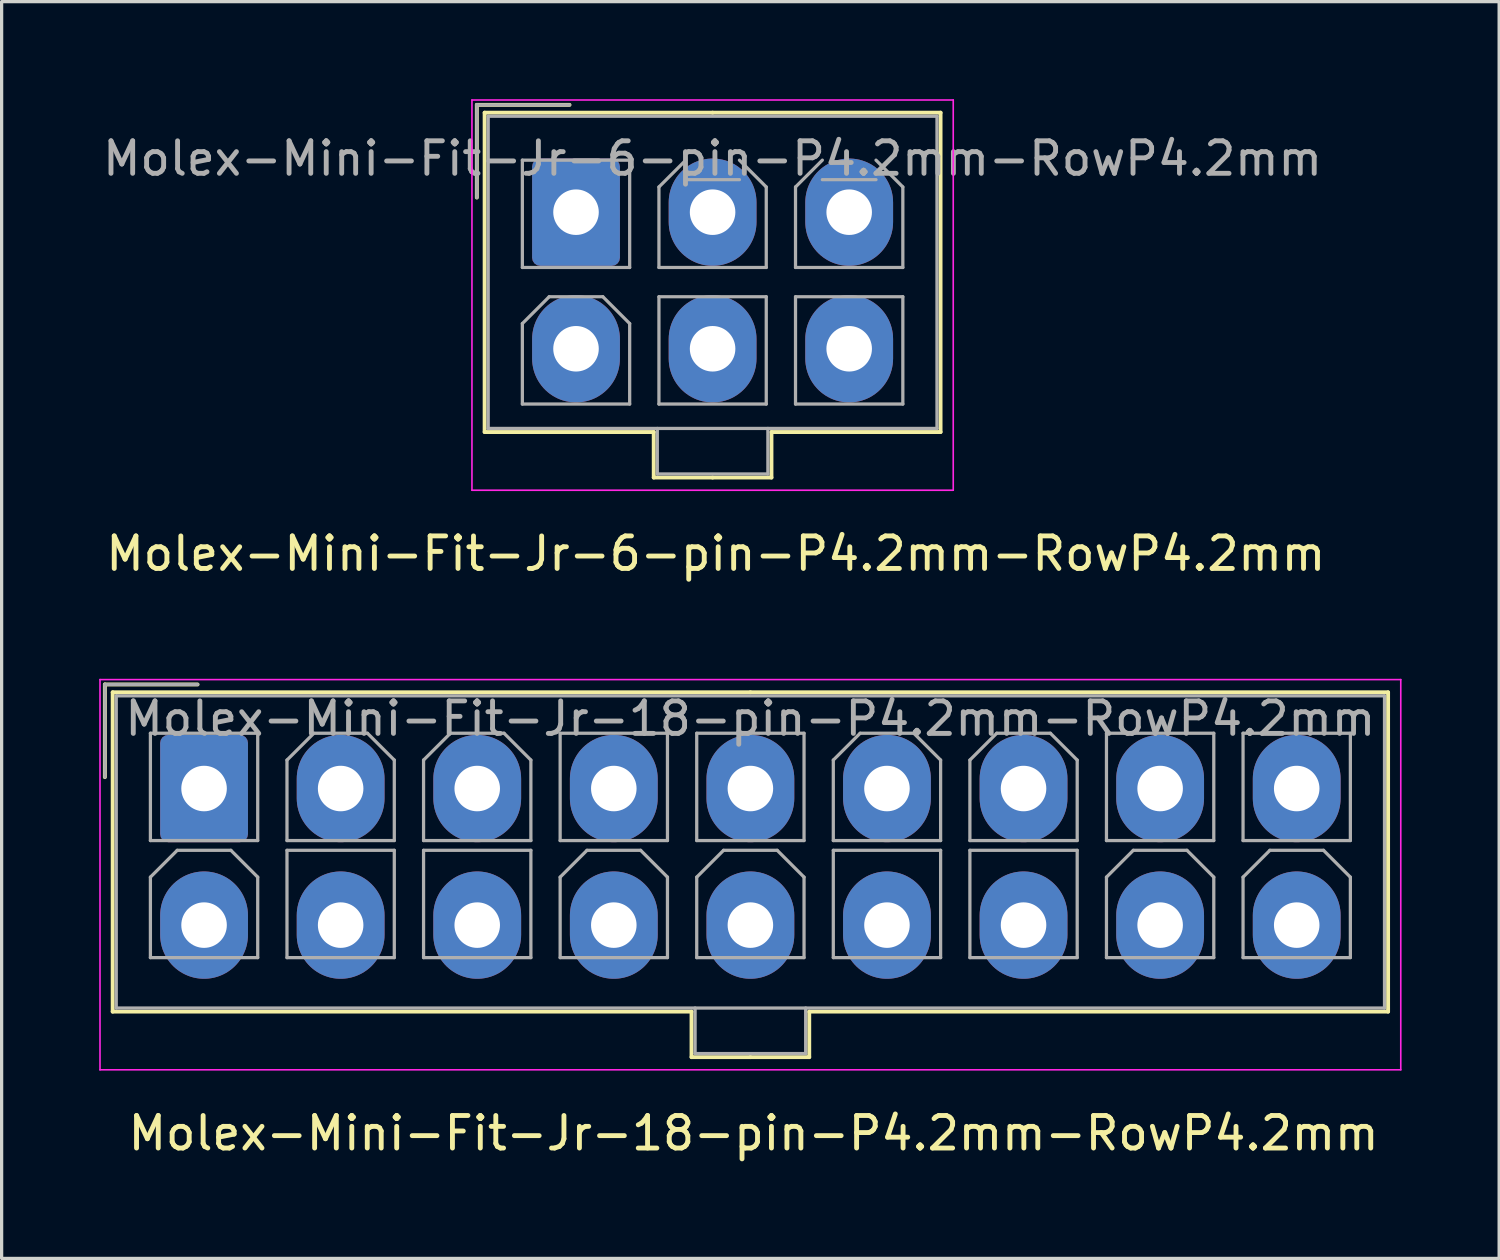
<source format=kicad_pcb>
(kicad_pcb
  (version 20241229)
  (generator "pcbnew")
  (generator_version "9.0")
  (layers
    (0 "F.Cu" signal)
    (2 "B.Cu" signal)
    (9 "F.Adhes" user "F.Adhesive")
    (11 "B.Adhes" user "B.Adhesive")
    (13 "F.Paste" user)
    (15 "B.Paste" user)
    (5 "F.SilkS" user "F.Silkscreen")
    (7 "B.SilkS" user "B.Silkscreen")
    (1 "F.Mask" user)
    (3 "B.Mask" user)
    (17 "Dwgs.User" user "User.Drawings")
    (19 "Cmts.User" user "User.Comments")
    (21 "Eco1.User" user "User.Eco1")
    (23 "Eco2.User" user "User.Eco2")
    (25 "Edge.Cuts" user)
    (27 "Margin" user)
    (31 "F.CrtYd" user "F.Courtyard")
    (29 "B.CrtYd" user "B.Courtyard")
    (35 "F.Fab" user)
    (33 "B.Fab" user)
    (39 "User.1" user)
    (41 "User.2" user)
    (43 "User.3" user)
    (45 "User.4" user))
  (footprint "Molex-Mini-Fit-Jr-18-pin-P4.2mm-RowP4.2mm"
    (layer "F.Cu")
    (at 20.125 31.298)
    (property "Reference" "Molex-Mini-Fit-Jr-18-pin-P4.2mm-RowP4.2mm" (at 0 0.5 0) (layer "F.SilkS") (effects (font (size 1 1) (thickness 0.15))))
    (attr through_hole)
    (fp_line (start -19.95 -13.3) (end -19.95 -10.45) (stroke (width 0.12) (type solid)) (layer "F.SilkS"))
    (fp_line (start -19.71 -13.06) (end -19.71 -3.24) (stroke (width 0.12) (type solid)) (layer "F.SilkS"))
    (fp_line (start -19.71 -3.24) (end -1.91 -3.24) (stroke (width 0.12) (type solid)) (layer "F.SilkS"))
    (fp_line (start -17.1 -13.3) (end -19.95 -13.3) (stroke (width 0.12) (type solid)) (layer "F.SilkS"))
    (fp_line (start -1.91 -3.24) (end -1.91 -1.84) (stroke (width 0.12) (type solid)) (layer "F.SilkS"))
    (fp_line (start -1.91 -1.84) (end -0.1 -1.84) (stroke (width 0.12) (type solid)) (layer "F.SilkS"))
    (fp_line (start -0.1 -13.06) (end -19.71 -13.06) (stroke (width 0.12) (type solid)) (layer "F.SilkS"))
    (fp_line (start -0.1 -13.06) (end 19.51 -13.06) (stroke (width 0.12) (type solid)) (layer "F.SilkS"))
    (fp_line (start 1.71 -3.24) (end 1.71 -1.84) (stroke (width 0.12) (type solid)) (layer "F.SilkS"))
    (fp_line (start 1.71 -1.84) (end -0.1 -1.84) (stroke (width 0.12) (type solid)) (layer "F.SilkS"))
    (fp_line (start 19.51 -13.06) (end 19.51 -3.24) (stroke (width 0.12) (type solid)) (layer "F.SilkS"))
    (fp_line (start 19.51 -3.24) (end 1.71 -3.24) (stroke (width 0.12) (type solid)) (layer "F.SilkS"))
    (fp_line (start -20.1 -13.45) (end -20.1 -1.45) (stroke (width 0.05) (type solid)) (layer "F.CrtYd"))
    (fp_line (start -20.1 -1.45) (end 19.9 -1.45) (stroke (width 0.05) (type solid)) (layer "F.CrtYd"))
    (fp_line (start 19.9 -13.45) (end -20.1 -13.45) (stroke (width 0.05) (type solid)) (layer "F.CrtYd"))
    (fp_line (start 19.9 -1.45) (end 19.9 -13.45) (stroke (width 0.05) (type solid)) (layer "F.CrtYd"))
    (fp_line (start -19.95 -13.3) (end -19.95 -10.45) (stroke (width 0.1) (type solid)) (layer "F.Fab"))
    (fp_line (start -19.6 -12.95) (end -19.6 -3.35) (stroke (width 0.1) (type solid)) (layer "F.Fab"))
    (fp_line (start -19.6 -3.35) (end 19.4 -3.35) (stroke (width 0.1) (type solid)) (layer "F.Fab"))
    (fp_line (start -18.55 -11.8) (end -18.55 -8.5) (stroke (width 0.1) (type solid)) (layer "F.Fab"))
    (fp_line (start -18.55 -8.5) (end -15.25 -8.5) (stroke (width 0.1) (type solid)) (layer "F.Fab"))
    (fp_line (start -18.55 -7.375) (end -17.725 -8.2) (stroke (width 0.1) (type solid)) (layer "F.Fab"))
    (fp_line (start -18.55 -4.9) (end -18.55 -7.375) (stroke (width 0.1) (type solid)) (layer "F.Fab"))
    (fp_line (start -17.725 -8.2) (end -16.075 -8.2) (stroke (width 0.1) (type solid)) (layer "F.Fab"))
    (fp_line (start -17.1 -13.3) (end -19.95 -13.3) (stroke (width 0.1) (type solid)) (layer "F.Fab"))
    (fp_line (start -16.075 -8.2) (end -15.25 -7.375) (stroke (width 0.1) (type solid)) (layer "F.Fab"))
    (fp_line (start -15.25 -11.8) (end -18.55 -11.8) (stroke (width 0.1) (type solid)) (layer "F.Fab"))
    (fp_line (start -15.25 -8.5) (end -15.25 -11.8) (stroke (width 0.1) (type solid)) (layer "F.Fab"))
    (fp_line (start -15.25 -7.375) (end -15.25 -4.9) (stroke (width 0.1) (type solid)) (layer "F.Fab"))
    (fp_line (start -15.25 -4.9) (end -18.55 -4.9) (stroke (width 0.1) (type solid)) (layer "F.Fab"))
    (fp_line (start -14.35 -10.975) (end -13.525 -11.8) (stroke (width 0.1) (type solid)) (layer "F.Fab"))
    (fp_line (start -14.35 -8.5) (end -14.35 -10.975) (stroke (width 0.1) (type solid)) (layer "F.Fab"))
    (fp_line (start -14.35 -8.2) (end -14.35 -4.9) (stroke (width 0.1) (type solid)) (layer "F.Fab"))
    (fp_line (start -14.35 -4.9) (end -11.05 -4.9) (stroke (width 0.1) (type solid)) (layer "F.Fab"))
    (fp_line (start -13.525 -11.8) (end -11.875 -11.8) (stroke (width 0.1) (type solid)) (layer "F.Fab"))
    (fp_line (start -11.875 -11.8) (end -11.05 -10.975) (stroke (width 0.1) (type solid)) (layer "F.Fab"))
    (fp_line (start -11.05 -10.975) (end -11.05 -8.5) (stroke (width 0.1) (type solid)) (layer "F.Fab"))
    (fp_line (start -11.05 -8.5) (end -14.35 -8.5) (stroke (width 0.1) (type solid)) (layer "F.Fab"))
    (fp_line (start -11.05 -8.2) (end -14.35 -8.2) (stroke (width 0.1) (type solid)) (layer "F.Fab"))
    (fp_line (start -11.05 -4.9) (end -11.05 -8.2) (stroke (width 0.1) (type solid)) (layer "F.Fab"))
    (fp_line (start -10.15 -10.975) (end -9.325 -11.8) (stroke (width 0.1) (type solid)) (layer "F.Fab"))
    (fp_line (start -10.15 -8.5) (end -10.15 -10.975) (stroke (width 0.1) (type solid)) (layer "F.Fab"))
    (fp_line (start -10.15 -8.2) (end -10.15 -4.9) (stroke (width 0.1) (type solid)) (layer "F.Fab"))
    (fp_line (start -10.15 -4.9) (end -6.85 -4.9) (stroke (width 0.1) (type solid)) (layer "F.Fab"))
    (fp_line (start -9.325 -11.8) (end -7.675 -11.8) (stroke (width 0.1) (type solid)) (layer "F.Fab"))
    (fp_line (start -7.675 -11.8) (end -6.85 -10.975) (stroke (width 0.1) (type solid)) (layer "F.Fab"))
    (fp_line (start -6.85 -10.975) (end -6.85 -8.5) (stroke (width 0.1) (type solid)) (layer "F.Fab"))
    (fp_line (start -6.85 -8.5) (end -10.15 -8.5) (stroke (width 0.1) (type solid)) (layer "F.Fab"))
    (fp_line (start -6.85 -8.2) (end -10.15 -8.2) (stroke (width 0.1) (type solid)) (layer "F.Fab"))
    (fp_line (start -6.85 -4.9) (end -6.85 -8.2) (stroke (width 0.1) (type solid)) (layer "F.Fab"))
    (fp_line (start -5.95 -11.8) (end -5.95 -8.5) (stroke (width 0.1) (type solid)) (layer "F.Fab"))
    (fp_line (start -5.95 -8.5) (end -2.65 -8.5) (stroke (width 0.1) (type solid)) (layer "F.Fab"))
    (fp_line (start -5.95 -7.375) (end -5.125 -8.2) (stroke (width 0.1) (type solid)) (layer "F.Fab"))
    (fp_line (start -5.95 -4.9) (end -5.95 -7.375) (stroke (width 0.1) (type solid)) (layer "F.Fab"))
    (fp_line (start -5.125 -8.2) (end -3.475 -8.2) (stroke (width 0.1) (type solid)) (layer "F.Fab"))
    (fp_line (start -3.475 -8.2) (end -2.65 -7.375) (stroke (width 0.1) (type solid)) (layer "F.Fab"))
    (fp_line (start -2.65 -11.8) (end -5.95 -11.8) (stroke (width 0.1) (type solid)) (layer "F.Fab"))
    (fp_line (start -2.65 -8.5) (end -2.65 -11.8) (stroke (width 0.1) (type solid)) (layer "F.Fab"))
    (fp_line (start -2.65 -7.375) (end -2.65 -4.9) (stroke (width 0.1) (type solid)) (layer "F.Fab"))
    (fp_line (start -2.65 -4.9) (end -5.95 -4.9) (stroke (width 0.1) (type solid)) (layer "F.Fab"))
    (fp_line (start -1.8 -3.35) (end -1.8 -1.95) (stroke (width 0.1) (type solid)) (layer "F.Fab"))
    (fp_line (start -1.8 -1.95) (end 1.6 -1.95) (stroke (width 0.1) (type solid)) (layer "F.Fab"))
    (fp_line (start -1.75 -11.8) (end -1.75 -8.5) (stroke (width 0.1) (type solid)) (layer "F.Fab"))
    (fp_line (start -1.75 -8.5) (end 1.55 -8.5) (stroke (width 0.1) (type solid)) (layer "F.Fab"))
    (fp_line (start -1.75 -7.375) (end -0.925 -8.2) (stroke (width 0.1) (type solid)) (layer "F.Fab"))
    (fp_line (start -1.75 -4.9) (end -1.75 -7.375) (stroke (width 0.1) (type solid)) (layer "F.Fab"))
    (fp_line (start -0.925 -8.2) (end 0.725 -8.2) (stroke (width 0.1) (type solid)) (layer "F.Fab"))
    (fp_line (start 0.725 -8.2) (end 1.55 -7.375) (stroke (width 0.1) (type solid)) (layer "F.Fab"))
    (fp_line (start 1.55 -11.8) (end -1.75 -11.8) (stroke (width 0.1) (type solid)) (layer "F.Fab"))
    (fp_line (start 1.55 -8.5) (end 1.55 -11.8) (stroke (width 0.1) (type solid)) (layer "F.Fab"))
    (fp_line (start 1.55 -7.375) (end 1.55 -4.9) (stroke (width 0.1) (type solid)) (layer "F.Fab"))
    (fp_line (start 1.55 -4.9) (end -1.75 -4.9) (stroke (width 0.1) (type solid)) (layer "F.Fab"))
    (fp_line (start 1.6 -1.95) (end 1.6 -3.35) (stroke (width 0.1) (type solid)) (layer "F.Fab"))
    (fp_line (start 2.45 -10.975) (end 3.275 -11.8) (stroke (width 0.1) (type solid)) (layer "F.Fab"))
    (fp_line (start 2.45 -8.5) (end 2.45 -10.975) (stroke (width 0.1) (type solid)) (layer "F.Fab"))
    (fp_line (start 2.45 -8.2) (end 2.45 -4.9) (stroke (width 0.1) (type solid)) (layer "F.Fab"))
    (fp_line (start 2.45 -4.9) (end 5.75 -4.9) (stroke (width 0.1) (type solid)) (layer "F.Fab"))
    (fp_line (start 3.275 -11.8) (end 4.925 -11.8) (stroke (width 0.1) (type solid)) (layer "F.Fab"))
    (fp_line (start 4.925 -11.8) (end 5.75 -10.975) (stroke (width 0.1) (type solid)) (layer "F.Fab"))
    (fp_line (start 5.75 -10.975) (end 5.75 -8.5) (stroke (width 0.1) (type solid)) (layer "F.Fab"))
    (fp_line (start 5.75 -8.5) (end 2.45 -8.5) (stroke (width 0.1) (type solid)) (layer "F.Fab"))
    (fp_line (start 5.75 -8.2) (end 2.45 -8.2) (stroke (width 0.1) (type solid)) (layer "F.Fab"))
    (fp_line (start 5.75 -4.9) (end 5.75 -8.2) (stroke (width 0.1) (type solid)) (layer "F.Fab"))
    (fp_line (start 6.65 -10.975) (end 7.475 -11.8) (stroke (width 0.1) (type solid)) (layer "F.Fab"))
    (fp_line (start 6.65 -8.5) (end 6.65 -10.975) (stroke (width 0.1) (type solid)) (layer "F.Fab"))
    (fp_line (start 6.65 -8.2) (end 6.65 -4.9) (stroke (width 0.1) (type solid)) (layer "F.Fab"))
    (fp_line (start 6.65 -4.9) (end 9.95 -4.9) (stroke (width 0.1) (type solid)) (layer "F.Fab"))
    (fp_line (start 7.475 -11.8) (end 9.125 -11.8) (stroke (width 0.1) (type solid)) (layer "F.Fab"))
    (fp_line (start 9.125 -11.8) (end 9.95 -10.975) (stroke (width 0.1) (type solid)) (layer "F.Fab"))
    (fp_line (start 9.95 -10.975) (end 9.95 -8.5) (stroke (width 0.1) (type solid)) (layer "F.Fab"))
    (fp_line (start 9.95 -8.5) (end 6.65 -8.5) (stroke (width 0.1) (type solid)) (layer "F.Fab"))
    (fp_line (start 9.95 -8.2) (end 6.65 -8.2) (stroke (width 0.1) (type solid)) (layer "F.Fab"))
    (fp_line (start 9.95 -4.9) (end 9.95 -8.2) (stroke (width 0.1) (type solid)) (layer "F.Fab"))
    (fp_line (start 10.85 -11.8) (end 10.85 -8.5) (stroke (width 0.1) (type solid)) (layer "F.Fab"))
    (fp_line (start 10.85 -8.5) (end 14.15 -8.5) (stroke (width 0.1) (type solid)) (layer "F.Fab"))
    (fp_line (start 10.85 -7.375) (end 11.675 -8.2) (stroke (width 0.1) (type solid)) (layer "F.Fab"))
    (fp_line (start 10.85 -4.9) (end 10.85 -7.375) (stroke (width 0.1) (type solid)) (layer "F.Fab"))
    (fp_line (start 11.675 -8.2) (end 13.325 -8.2) (stroke (width 0.1) (type solid)) (layer "F.Fab"))
    (fp_line (start 13.325 -8.2) (end 14.15 -7.375) (stroke (width 0.1) (type solid)) (layer "F.Fab"))
    (fp_line (start 14.15 -11.8) (end 10.85 -11.8) (stroke (width 0.1) (type solid)) (layer "F.Fab"))
    (fp_line (start 14.15 -8.5) (end 14.15 -11.8) (stroke (width 0.1) (type solid)) (layer "F.Fab"))
    (fp_line (start 14.15 -7.375) (end 14.15 -4.9) (stroke (width 0.1) (type solid)) (layer "F.Fab"))
    (fp_line (start 14.15 -4.9) (end 10.85 -4.9) (stroke (width 0.1) (type solid)) (layer "F.Fab"))
    (fp_line (start 15.05 -11.8) (end 15.05 -8.5) (stroke (width 0.1) (type solid)) (layer "F.Fab"))
    (fp_line (start 15.05 -8.5) (end 18.35 -8.5) (stroke (width 0.1) (type solid)) (layer "F.Fab"))
    (fp_line (start 15.05 -7.375) (end 15.875 -8.2) (stroke (width 0.1) (type solid)) (layer "F.Fab"))
    (fp_line (start 15.05 -4.9) (end 15.05 -7.375) (stroke (width 0.1) (type solid)) (layer "F.Fab"))
    (fp_line (start 15.875 -8.2) (end 17.525 -8.2) (stroke (width 0.1) (type solid)) (layer "F.Fab"))
    (fp_line (start 17.525 -8.2) (end 18.35 -7.375) (stroke (width 0.1) (type solid)) (layer "F.Fab"))
    (fp_line (start 18.35 -11.8) (end 15.05 -11.8) (stroke (width 0.1) (type solid)) (layer "F.Fab"))
    (fp_line (start 18.35 -8.5) (end 18.35 -11.8) (stroke (width 0.1) (type solid)) (layer "F.Fab"))
    (fp_line (start 18.35 -7.375) (end 18.35 -4.9) (stroke (width 0.1) (type solid)) (layer "F.Fab"))
    (fp_line (start 18.35 -4.9) (end 15.05 -4.9) (stroke (width 0.1) (type solid)) (layer "F.Fab"))
    (fp_line (start 19.4 -12.95) (end -19.6 -12.95) (stroke (width 0.1) (type solid)) (layer "F.Fab"))
    (fp_line (start 19.4 -3.35) (end 19.4 -12.95) (stroke (width 0.1) (type solid)) (layer "F.Fab"))
    (fp_text user "${REFERENCE}" (at -0.1 -12.25 0) (layer "F.Fab") (effects (font (size 1 1) (thickness 0.15))))
    (pad "1" thru_hole roundrect (at -16.9 -10.1) (size 2.7 3.3) (drill 1.4) (layers "*.Cu" "*.Mask") (roundrect_rratio 0.093))
    (pad "2" thru_hole oval (at -12.7 -10.1) (size 2.7 3.3) (drill 1.4) (layers "*.Cu" "*.Mask"))
    (pad "3" thru_hole oval (at -8.5 -10.1) (size 2.7 3.3) (drill 1.4) (layers "*.Cu" "*.Mask"))
    (pad "4" thru_hole oval (at -4.3 -10.1) (size 2.7 3.3) (drill 1.4) (layers "*.Cu" "*.Mask"))
    (pad "5" thru_hole oval (at -0.1 -10.1) (size 2.7 3.3) (drill 1.4) (layers "*.Cu" "*.Mask"))
    (pad "6" thru_hole oval (at 4.1 -10.1) (size 2.7 3.3) (drill 1.4) (layers "*.Cu" "*.Mask"))
    (pad "7" thru_hole oval (at 8.3 -10.1) (size 2.7 3.3) (drill 1.4) (layers "*.Cu" "*.Mask"))
    (pad "8" thru_hole oval (at 12.5 -10.1) (size 2.7 3.3) (drill 1.4) (layers "*.Cu" "*.Mask"))
    (pad "9" thru_hole oval (at 16.7 -10.1) (size 2.7 3.3) (drill 1.4) (layers "*.Cu" "*.Mask"))
    (pad "10" thru_hole oval (at -16.9 -5.9) (size 2.7 3.3) (drill 1.4) (layers "*.Cu" "*.Mask"))
    (pad "11" thru_hole oval (at -12.7 -5.9) (size 2.7 3.3) (drill 1.4) (layers "*.Cu" "*.Mask"))
    (pad "12" thru_hole oval (at -8.5 -5.9) (size 2.7 3.3) (drill 1.4) (layers "*.Cu" "*.Mask"))
    (pad "13" thru_hole oval (at -4.3 -5.9) (size 2.7 3.3) (drill 1.4) (layers "*.Cu" "*.Mask"))
    (pad "14" thru_hole oval (at -0.1 -5.9) (size 2.7 3.3) (drill 1.4) (layers "*.Cu" "*.Mask"))
    (pad "15" thru_hole oval (at 4.1 -5.9) (size 2.7 3.3) (drill 1.4) (layers "*.Cu" "*.Mask"))
    (pad "16" thru_hole oval (at 8.3 -5.9) (size 2.7 3.3) (drill 1.4) (layers "*.Cu" "*.Mask"))
    (pad "17" thru_hole oval (at 12.5 -5.9) (size 2.7 3.3) (drill 1.4) (layers "*.Cu" "*.Mask"))
    (pad "18" thru_hole oval (at 16.7 -5.9) (size 2.7 3.3) (drill 1.4) (layers "*.Cu" "*.Mask")))
  (footprint "Molex-Mini-Fit-Jr-6-pin-P4.2mm-RowP4.2mm"
    (layer "F.Cu")
    (at 18.963 13.475)
    (property "Reference" "Molex-Mini-Fit-Jr-6-pin-P4.2mm-RowP4.2mm" (at 0 0.5 0) (layer "F.SilkS") (effects (font (size 1 1) (thickness 0.15))))
    (attr through_hole)
    (fp_line (start -7.35 -13.3) (end -7.35 -10.45) (stroke (width 0.12) (type solid)) (layer "F.SilkS"))
    (fp_line (start -7.11 -13.06) (end -7.11 -3.24) (stroke (width 0.12) (type solid)) (layer "F.SilkS"))
    (fp_line (start -7.11 -3.24) (end -1.91 -3.24) (stroke (width 0.12) (type solid)) (layer "F.SilkS"))
    (fp_line (start -4.5 -13.3) (end -7.35 -13.3) (stroke (width 0.12) (type solid)) (layer "F.SilkS"))
    (fp_line (start -1.91 -3.24) (end -1.91 -1.84) (stroke (width 0.12) (type solid)) (layer "F.SilkS"))
    (fp_line (start -1.91 -1.84) (end -0.1 -1.84) (stroke (width 0.12) (type solid)) (layer "F.SilkS"))
    (fp_line (start -0.1 -13.06) (end -7.11 -13.06) (stroke (width 0.12) (type solid)) (layer "F.SilkS"))
    (fp_line (start -0.1 -13.06) (end 6.91 -13.06) (stroke (width 0.12) (type solid)) (layer "F.SilkS"))
    (fp_line (start 1.71 -3.24) (end 1.71 -1.84) (stroke (width 0.12) (type solid)) (layer "F.SilkS"))
    (fp_line (start 1.71 -1.84) (end -0.1 -1.84) (stroke (width 0.12) (type solid)) (layer "F.SilkS"))
    (fp_line (start 6.91 -13.06) (end 6.91 -3.24) (stroke (width 0.12) (type solid)) (layer "F.SilkS"))
    (fp_line (start 6.91 -3.24) (end 1.71 -3.24) (stroke (width 0.12) (type solid)) (layer "F.SilkS"))
    (fp_line (start -7.5 -13.45) (end -7.5 -1.45) (stroke (width 0.05) (type solid)) (layer "F.CrtYd"))
    (fp_line (start -7.5 -1.45) (end 7.3 -1.45) (stroke (width 0.05) (type solid)) (layer "F.CrtYd"))
    (fp_line (start 7.3 -13.45) (end -7.5 -13.45) (stroke (width 0.05) (type solid)) (layer "F.CrtYd"))
    (fp_line (start 7.3 -1.45) (end 7.3 -13.45) (stroke (width 0.05) (type solid)) (layer "F.CrtYd"))
    (fp_line (start -7.35 -13.3) (end -7.35 -10.45) (stroke (width 0.1) (type solid)) (layer "F.Fab"))
    (fp_line (start -7 -12.95) (end -7 -3.35) (stroke (width 0.1) (type solid)) (layer "F.Fab"))
    (fp_line (start -7 -3.35) (end 6.8 -3.35) (stroke (width 0.1) (type solid)) (layer "F.Fab"))
    (fp_line (start -5.95 -11.6) (end -5.95 -8.3) (stroke (width 0.1) (type solid)) (layer "F.Fab"))
    (fp_line (start -5.95 -8.3) (end -2.65 -8.3) (stroke (width 0.1) (type solid)) (layer "F.Fab"))
    (fp_line (start -5.95 -6.575) (end -5.125 -7.4) (stroke (width 0.1) (type solid)) (layer "F.Fab"))
    (fp_line (start -5.95 -4.1) (end -5.95 -6.575) (stroke (width 0.1) (type solid)) (layer "F.Fab"))
    (fp_line (start -5.125 -7.4) (end -3.475 -7.4) (stroke (width 0.1) (type solid)) (layer "F.Fab"))
    (fp_line (start -4.5 -13.3) (end -7.35 -13.3) (stroke (width 0.1) (type solid)) (layer "F.Fab"))
    (fp_line (start -3.475 -7.4) (end -2.65 -6.575) (stroke (width 0.1) (type solid)) (layer "F.Fab"))
    (fp_line (start -2.65 -11.6) (end -5.95 -11.6) (stroke (width 0.1) (type solid)) (layer "F.Fab"))
    (fp_line (start -2.65 -8.3) (end -2.65 -11.6) (stroke (width 0.1) (type solid)) (layer "F.Fab"))
    (fp_line (start -2.65 -6.575) (end -2.65 -4.1) (stroke (width 0.1) (type solid)) (layer "F.Fab"))
    (fp_line (start -2.65 -4.1) (end -5.95 -4.1) (stroke (width 0.1) (type solid)) (layer "F.Fab"))
    (fp_line (start -1.8 -3.35) (end -1.8 -1.95) (stroke (width 0.1) (type solid)) (layer "F.Fab"))
    (fp_line (start -1.8 -1.95) (end 1.6 -1.95) (stroke (width 0.1) (type solid)) (layer "F.Fab"))
    (fp_line (start -1.75 -10.775) (end -0.925 -11.6) (stroke (width 0.1) (type solid)) (layer "F.Fab"))
    (fp_line (start -1.75 -8.3) (end -1.75 -10.775) (stroke (width 0.1) (type solid)) (layer "F.Fab"))
    (fp_line (start -1.75 -7.4) (end -1.75 -4.1) (stroke (width 0.1) (type solid)) (layer "F.Fab"))
    (fp_line (start -1.75 -4.1) (end 1.55 -4.1) (stroke (width 0.1) (type solid)) (layer "F.Fab"))
    (fp_line (start -0.925 -11) (end 0.725 -11) (stroke (width 0.1) (type solid)) (layer "F.Fab"))
    (fp_line (start 0.725 -11.6) (end 1.55 -10.775) (stroke (width 0.1) (type solid)) (layer "F.Fab"))
    (fp_line (start 1.55 -10.775) (end 1.55 -8.3) (stroke (width 0.1) (type solid)) (layer "F.Fab"))
    (fp_line (start 1.55 -8.3) (end -1.75 -8.3) (stroke (width 0.1) (type solid)) (layer "F.Fab"))
    (fp_line (start 1.55 -7.4) (end -1.75 -7.4) (stroke (width 0.1) (type solid)) (layer "F.Fab"))
    (fp_line (start 1.55 -4.1) (end 1.55 -7.4) (stroke (width 0.1) (type solid)) (layer "F.Fab"))
    (fp_line (start 1.6 -1.95) (end 1.6 -3.35) (stroke (width 0.1) (type solid)) (layer "F.Fab"))
    (fp_line (start 2.45 -10.775) (end 3.275 -11.6) (stroke (width 0.1) (type solid)) (layer "F.Fab"))
    (fp_line (start 2.45 -8.3) (end 2.45 -10.775) (stroke (width 0.1) (type solid)) (layer "F.Fab"))
    (fp_line (start 2.45 -7.4) (end 2.45 -4.1) (stroke (width 0.1) (type solid)) (layer "F.Fab"))
    (fp_line (start 2.45 -4.1) (end 5.75 -4.1) (stroke (width 0.1) (type solid)) (layer "F.Fab"))
    (fp_line (start 3.275 -11) (end 4.925 -11) (stroke (width 0.1) (type solid)) (layer "F.Fab"))
    (fp_line (start 4.925 -11.6) (end 5.75 -10.775) (stroke (width 0.1) (type solid)) (layer "F.Fab"))
    (fp_line (start 5.75 -10.775) (end 5.75 -8.3) (stroke (width 0.1) (type solid)) (layer "F.Fab"))
    (fp_line (start 5.75 -8.3) (end 2.45 -8.3) (stroke (width 0.1) (type solid)) (layer "F.Fab"))
    (fp_line (start 5.75 -7.4) (end 2.45 -7.4) (stroke (width 0.1) (type solid)) (layer "F.Fab"))
    (fp_line (start 5.75 -4.1) (end 5.75 -7.4) (stroke (width 0.1) (type solid)) (layer "F.Fab"))
    (fp_line (start 6.8 -12.95) (end -7 -12.95) (stroke (width 0.1) (type solid)) (layer "F.Fab"))
    (fp_line (start 6.8 -3.35) (end 6.8 -12.95) (stroke (width 0.1) (type solid)) (layer "F.Fab"))
    (fp_text user "${REFERENCE}" (at -0.1 -11.65 0) (layer "F.Fab") (effects (font (size 1 1) (thickness 0.15))))
    (pad "1" thru_hole roundrect (at -4.3 -10) (size 2.7 3.3) (drill 1.4) (layers "*.Cu" "*.Mask") (roundrect_rratio 0.093))
    (pad "2" thru_hole oval (at -0.1 -10) (size 2.7 3.3) (drill 1.4) (layers "*.Cu" "*.Mask"))
    (pad "3" thru_hole oval (at 4.1 -10) (size 2.7 3.3) (drill 1.4) (layers "*.Cu" "*.Mask"))
    (pad "4" thru_hole oval (at -4.3 -5.8) (size 2.7 3.3) (drill 1.4) (layers "*.Cu" "*.Mask"))
    (pad "5" thru_hole oval (at -0.1 -5.8) (size 2.7 3.3) (drill 1.4) (layers "*.Cu" "*.Mask"))
    (pad "6" thru_hole oval (at 4.1 -5.8) (size 2.7 3.3) (drill 1.4) (layers "*.Cu" "*.Mask")))
  (gr_rect
    (start -3 -3)
    (end 43.05 35.647)
    (stroke (width 0.1) (type default))
    (fill no)
    (layer "Edge.Cuts")))
</source>
